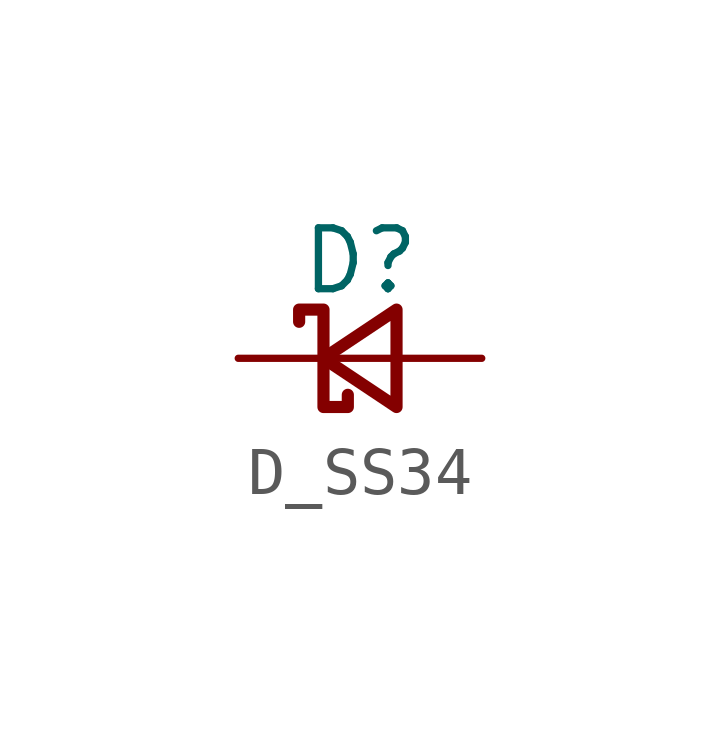
<source format=kicad_sym>
(kicad_symbol_lib
  (version 20220914)
  (generator kicad_symbol_editor)
  (symbol "D_SS34"
    (pin_numbers hide)
    (pin_names
      (offset 0.254) hide)
    (property "Reference" "D"
      (at -1.27 2.032 0)
      (effects (font (size 1.27 1.27)) (justify left)))
    (symbol "D_SS34_0_1"
      (polyline (pts (xy -0.762 0) (xy 0.762 0)) (stroke (width 0) (type default)) (fill (type none)))
      (polyline (pts (xy 0.762 -1.016) (xy -0.762 0) (xy 0.762 1.016) (xy 0.762 -1.016)) (stroke (width 0.254) (type default)) (fill (type none)))
      (polyline (pts (xy -1.27 0.762) (xy -1.27 1.016) (xy -0.762 1.016) (xy -0.762 -1.016) (xy -0.254 -1.016) (xy -0.254 -0.762)) (stroke (width 0.254) (type default)) (fill (type none))))
    (symbol "D_SS34_1_1"
      (pin passive line (at -2.54 0 0) (length 1.778) (name "K" (effects (font (size 1.27 1.27)))) (number "1" (effects (font (size 1.27 1.27)))))
      (pin passive line (at 2.54 0 180) (length 1.778) (name "A" (effects (font (size 1.27 1.27)))) (number "2" (effects (font (size 1.27 1.27))))))))
</source>
